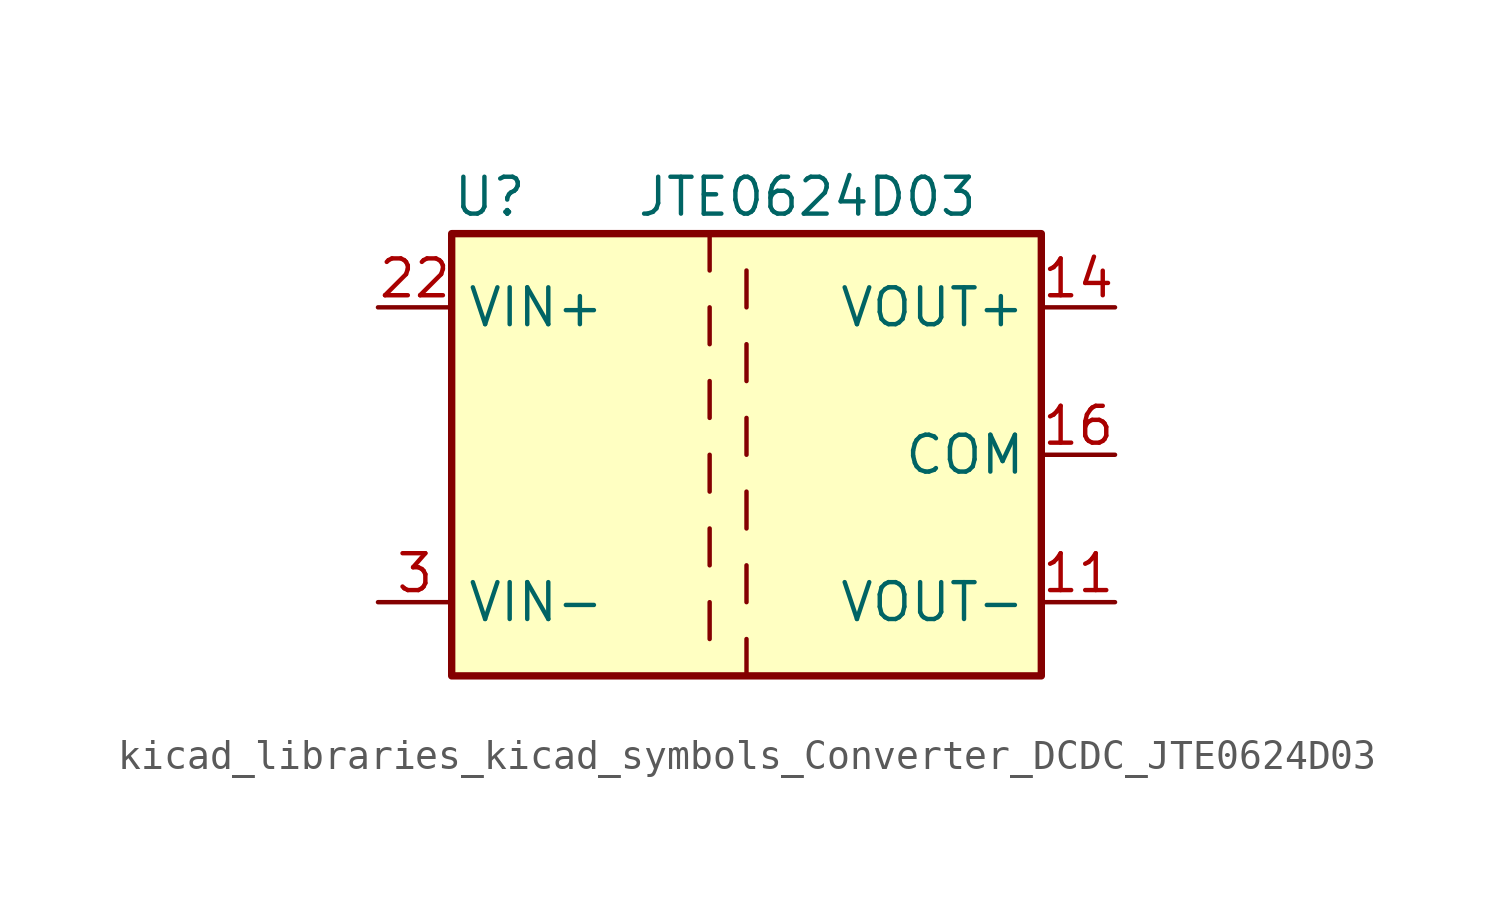
<source format=kicad_sym>
(kicad_symbol_lib
  (version 20220914)
  (generator kicad_symbol_editor)
  (symbol "kicad_libraries_kicad_symbols_Converter_DCDC_JTE0624D03"
    (property "Reference" "U"
      (at -10.16 8.89 0)
      (effects (font (size 1.27 1.27)) (justify left)))
    (property "Value" "JTE0624D03"
      (at -3.81 8.89 0)
      (effects (font (size 1.27 1.27)) (justify left)))
    (symbol "kicad_libraries_kicad_symbols_Converter_DCDC_JTE0624D03_0_1"
      (rectangle (start -10.16 7.62) (end 10.16 -7.62) (stroke (width 0.254) (type default)) (fill (type background)))
      (polyline (pts (xy -1.27 -5.08) (xy -1.27 -6.35)) (stroke (width 0) (type default)) (fill (type none)))
      (polyline (pts (xy -1.27 -2.54) (xy -1.27 -3.81)) (stroke (width 0) (type default)) (fill (type none)))
      (polyline (pts (xy -1.27 0) (xy -1.27 -1.27)) (stroke (width 0) (type default)) (fill (type none)))
      (polyline (pts (xy -1.27 2.54) (xy -1.27 1.27)) (stroke (width 0) (type default)) (fill (type none)))
      (polyline (pts (xy -1.27 5.08) (xy -1.27 3.81)) (stroke (width 0) (type default)) (fill (type none)))
      (polyline (pts (xy -1.27 7.62) (xy -1.27 6.35)) (stroke (width 0) (type default)) (fill (type none)))
      (polyline (pts (xy 0 -7.62) (xy 0 -6.35)) (stroke (width 0) (type default)) (fill (type none)))
      (polyline (pts (xy 0 -5.08) (xy 0 -3.81)) (stroke (width 0) (type default)) (fill (type none)))
      (polyline (pts (xy 0 -1.27) (xy 0 -2.54)) (stroke (width 0) (type default)) (fill (type none)))
      (polyline (pts (xy 0 0) (xy 0 1.27)) (stroke (width 0) (type default)) (fill (type none)))
      (polyline (pts (xy 0 2.54) (xy 0 3.81)) (stroke (width 0) (type default)) (fill (type none)))
      (polyline (pts (xy 0 5.08) (xy 0 6.35)) (stroke (width 0) (type default)) (fill (type none))))
    (symbol "kicad_libraries_kicad_symbols_Converter_DCDC_JTE0624D03_1_1"
      (pin power_out line (at 12.7 -5.08 180) (length 2.54) (name "VOUT-" (effects (font (size 1.27 1.27)))) (number "11" (effects (font (size 1.27 1.27)))))
      (pin power_out line (at 12.7 5.08 180) (length 2.54) (name "VOUT+" (effects (font (size 1.27 1.27)))) (number "14" (effects (font (size 1.27 1.27)))))
      (pin power_out line (at 12.7 0 180) (length 2.54) (name "COM" (effects (font (size 1.27 1.27)))) (number "16" (effects (font (size 1.27 1.27)))))
      (pin passive line (at -12.7 -5.08 0) (length 2.54) hide (name "VIN-" (effects (font (size 1.27 1.27)))) (number "2" (effects (font (size 1.27 1.27)))))
      (pin power_in line (at -12.7 5.08 0) (length 2.54) (name "VIN+" (effects (font (size 1.27 1.27)))) (number "22" (effects (font (size 1.27 1.27)))))
      (pin passive line (at -12.7 5.08 0) (length 2.54) hide (name "VIN+" (effects (font (size 1.27 1.27)))) (number "23" (effects (font (size 1.27 1.27)))))
      (pin power_in line (at -12.7 -5.08 0) (length 2.54) (name "VIN-" (effects (font (size 1.27 1.27)))) (number "3" (effects (font (size 1.27 1.27)))))
      (pin passive line (at 12.7 0 180) (length 2.54) hide (name "COM" (effects (font (size 1.27 1.27)))) (number "9" (effects (font (size 1.27 1.27))))))))
</source>
